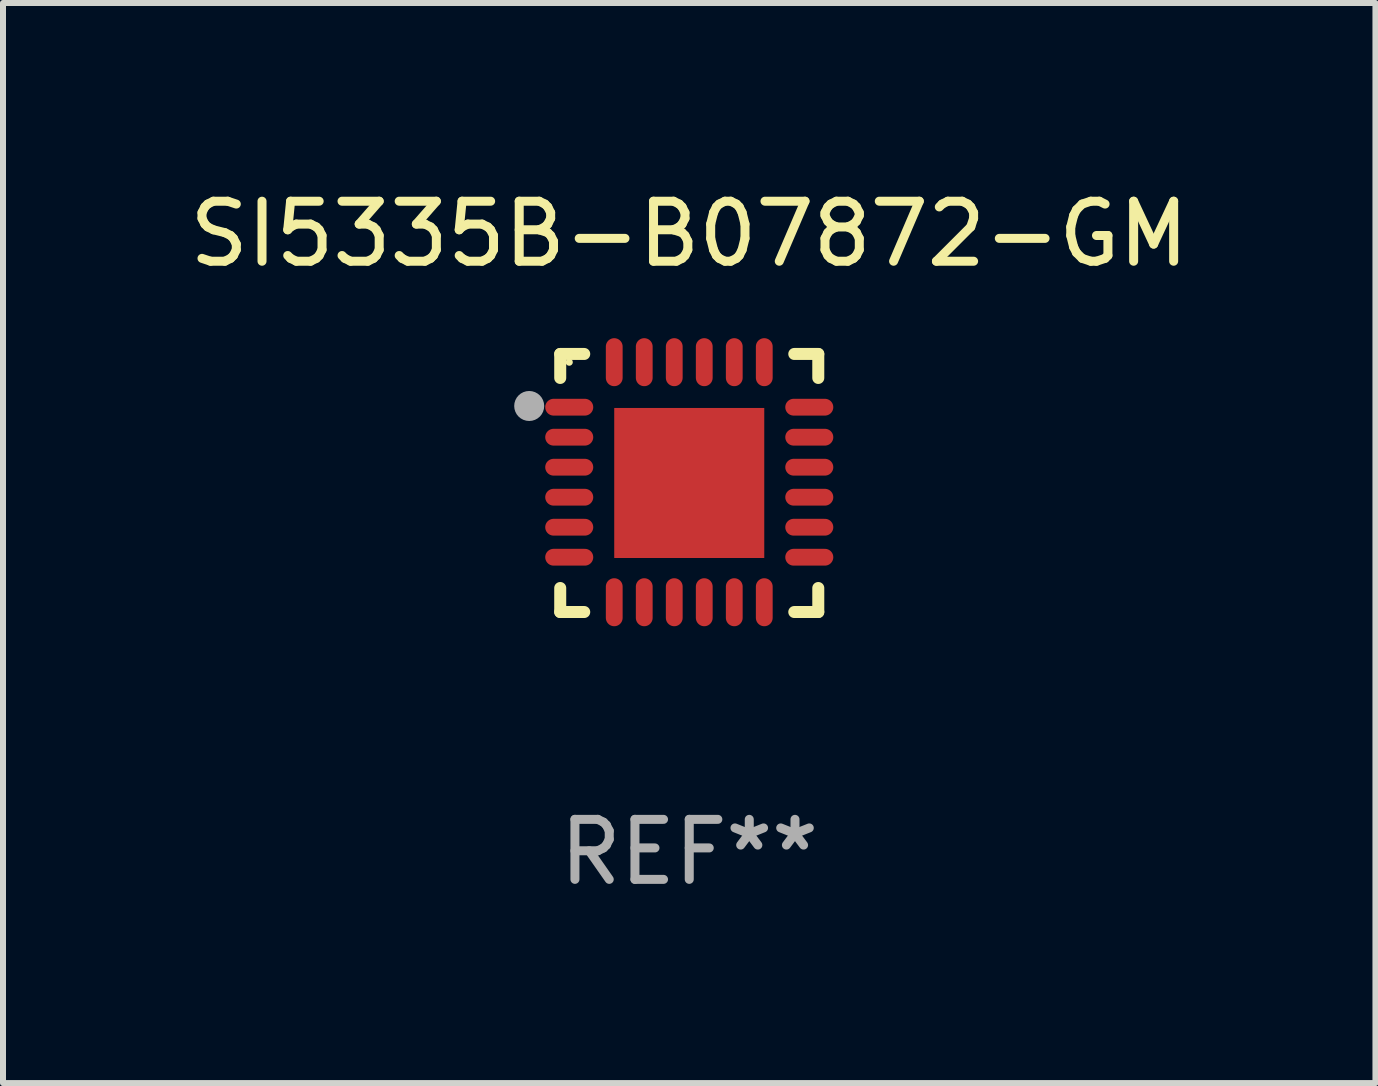
<source format=kicad_pcb>
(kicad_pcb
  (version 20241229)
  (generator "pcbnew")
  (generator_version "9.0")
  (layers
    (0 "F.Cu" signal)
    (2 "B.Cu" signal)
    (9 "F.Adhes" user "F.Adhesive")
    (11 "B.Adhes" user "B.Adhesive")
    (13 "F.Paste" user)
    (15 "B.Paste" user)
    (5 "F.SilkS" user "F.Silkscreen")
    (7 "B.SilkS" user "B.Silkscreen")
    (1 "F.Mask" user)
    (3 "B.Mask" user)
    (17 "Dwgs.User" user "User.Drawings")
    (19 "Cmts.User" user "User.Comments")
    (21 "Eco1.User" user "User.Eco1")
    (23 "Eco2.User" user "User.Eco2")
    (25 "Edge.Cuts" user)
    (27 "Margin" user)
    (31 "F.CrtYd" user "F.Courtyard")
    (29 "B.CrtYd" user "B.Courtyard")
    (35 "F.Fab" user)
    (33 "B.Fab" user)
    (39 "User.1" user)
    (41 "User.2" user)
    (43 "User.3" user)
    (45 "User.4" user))
  (footprint "SI5335B-B07872-GM"
    (layer "F.Cu")
    (at 8.435 4.998)
    (property "Reference" "SI5335B-B07872-GM" (at 0 -4.15 0) (layer "F.SilkS") (effects (font (size 1 1) (thickness 0.15))))
    (attr through_hole)
    (fp_line (start -2.15 -2.15) (end -1.75 -2.15) (stroke (width 0.2) (type solid)) (layer "F.SilkS"))
    (fp_line (start -2.15 -1.75) (end -2.15 -2.15) (stroke (width 0.2) (type solid)) (layer "F.SilkS"))
    (fp_line (start -2.15 2.15) (end -2.15 1.75) (stroke (width 0.2) (type solid)) (layer "F.SilkS"))
    (fp_line (start -1.75 2.15) (end -2.15 2.15) (stroke (width 0.2) (type solid)) (layer "F.SilkS"))
    (fp_line (start 1.75 -2.15) (end 2.15 -2.15) (stroke (width 0.2) (type solid)) (layer "F.SilkS"))
    (fp_line (start 1.75 2.15) (end 2.15 2.15) (stroke (width 0.2) (type solid)) (layer "F.SilkS"))
    (fp_line (start 2.15 -2.15) (end 2.15 -1.75) (stroke (width 0.2) (type solid)) (layer "F.SilkS"))
    (fp_line (start 2.15 2.15) (end 2.15 1.75) (stroke (width 0.2) (type solid)) (layer "F.SilkS"))
    (fp_circle (center -2 -2.013) (end -1.97 -2.013) (stroke (width 0.06) (type solid)) (fill no) (layer "F.SilkS"))
    (fp_circle (center -2.667 -1.283) (end -2.542 -1.283) (stroke (width 0.25) (type solid)) (fill no) (layer "F.Fab"))
    (fp_text user "REF**" (at 0 6.15 0) (layer "F.Fab") (effects (font (size 1 1) (thickness 0.15))))
    (pad "1" smd oval (at -2 -1.263) (size 0.8 0.28) (layers "F.Cu" "F.Mask" "F.Paste"))
    (pad "2" smd oval (at -2 -0.763) (size 0.8 0.28) (layers "F.Cu" "F.Mask" "F.Paste"))
    (pad "3" smd oval (at -2 -0.263) (size 0.8 0.28) (layers "F.Cu" "F.Mask" "F.Paste"))
    (pad "4" smd oval (at -2 0.237) (size 0.8 0.28) (layers "F.Cu" "F.Mask" "F.Paste"))
    (pad "5" smd oval (at -2 0.737) (size 0.8 0.28) (layers "F.Cu" "F.Mask" "F.Paste"))
    (pad "6" smd oval (at -2 1.237) (size 0.8 0.28) (layers "F.Cu" "F.Mask" "F.Paste"))
    (pad "7" smd oval (at -1.25 1.987) (size 0.28 0.8) (layers "F.Cu" "F.Mask" "F.Paste"))
    (pad "8" smd oval (at -0.75 1.987) (size 0.28 0.8) (layers "F.Cu" "F.Mask" "F.Paste"))
    (pad "9" smd oval (at -0.25 1.987) (size 0.28 0.8) (layers "F.Cu" "F.Mask" "F.Paste"))
    (pad "10" smd oval (at 0.25 1.987) (size 0.28 0.8) (layers "F.Cu" "F.Mask" "F.Paste"))
    (pad "11" smd oval (at 0.75 1.987) (size 0.28 0.8) (layers "F.Cu" "F.Mask" "F.Paste"))
    (pad "12" smd oval (at 1.25 1.987) (size 0.28 0.8) (layers "F.Cu" "F.Mask" "F.Paste"))
    (pad "13" smd oval (at 2 1.237) (size 0.8 0.28) (layers "F.Cu" "F.Mask" "F.Paste"))
    (pad "14" smd oval (at 2 0.737) (size 0.8 0.28) (layers "F.Cu" "F.Mask" "F.Paste"))
    (pad "15" smd oval (at 2 0.237) (size 0.8 0.28) (layers "F.Cu" "F.Mask" "F.Paste"))
    (pad "16" smd oval (at 2 -0.263) (size 0.8 0.28) (layers "F.Cu" "F.Mask" "F.Paste"))
    (pad "17" smd oval (at 2 -0.763) (size 0.8 0.28) (layers "F.Cu" "F.Mask" "F.Paste"))
    (pad "18" smd oval (at 2 -1.263) (size 0.8 0.28) (layers "F.Cu" "F.Mask" "F.Paste"))
    (pad "19" smd oval (at 1.25 -2.013) (size 0.28 0.8) (layers "F.Cu" "F.Mask" "F.Paste"))
    (pad "20" smd oval (at 0.75 -2.013) (size 0.28 0.8) (layers "F.Cu" "F.Mask" "F.Paste"))
    (pad "21" smd oval (at 0.25 -2.013) (size 0.28 0.8) (layers "F.Cu" "F.Mask" "F.Paste"))
    (pad "22" smd oval (at -0.25 -2.013) (size 0.28 0.8) (layers "F.Cu" "F.Mask" "F.Paste"))
    (pad "23" smd oval (at -0.75 -2.013) (size 0.28 0.8) (layers "F.Cu" "F.Mask" "F.Paste"))
    (pad "24" smd oval (at -1.25 -2.013) (size 0.28 0.8) (layers "F.Cu" "F.Mask" "F.Paste"))
    (pad "25" smd rect (at -0.000127 -0.00014) (size 2.5 2.5) (layers "F.Cu" "F.Mask" "F.Paste")))
  (gr_rect
    (start -3 -3)
    (end 19.869 14.997)
    (stroke (width 0.1) (type default))
    (fill no)
    (layer "Edge.Cuts")))
</source>
